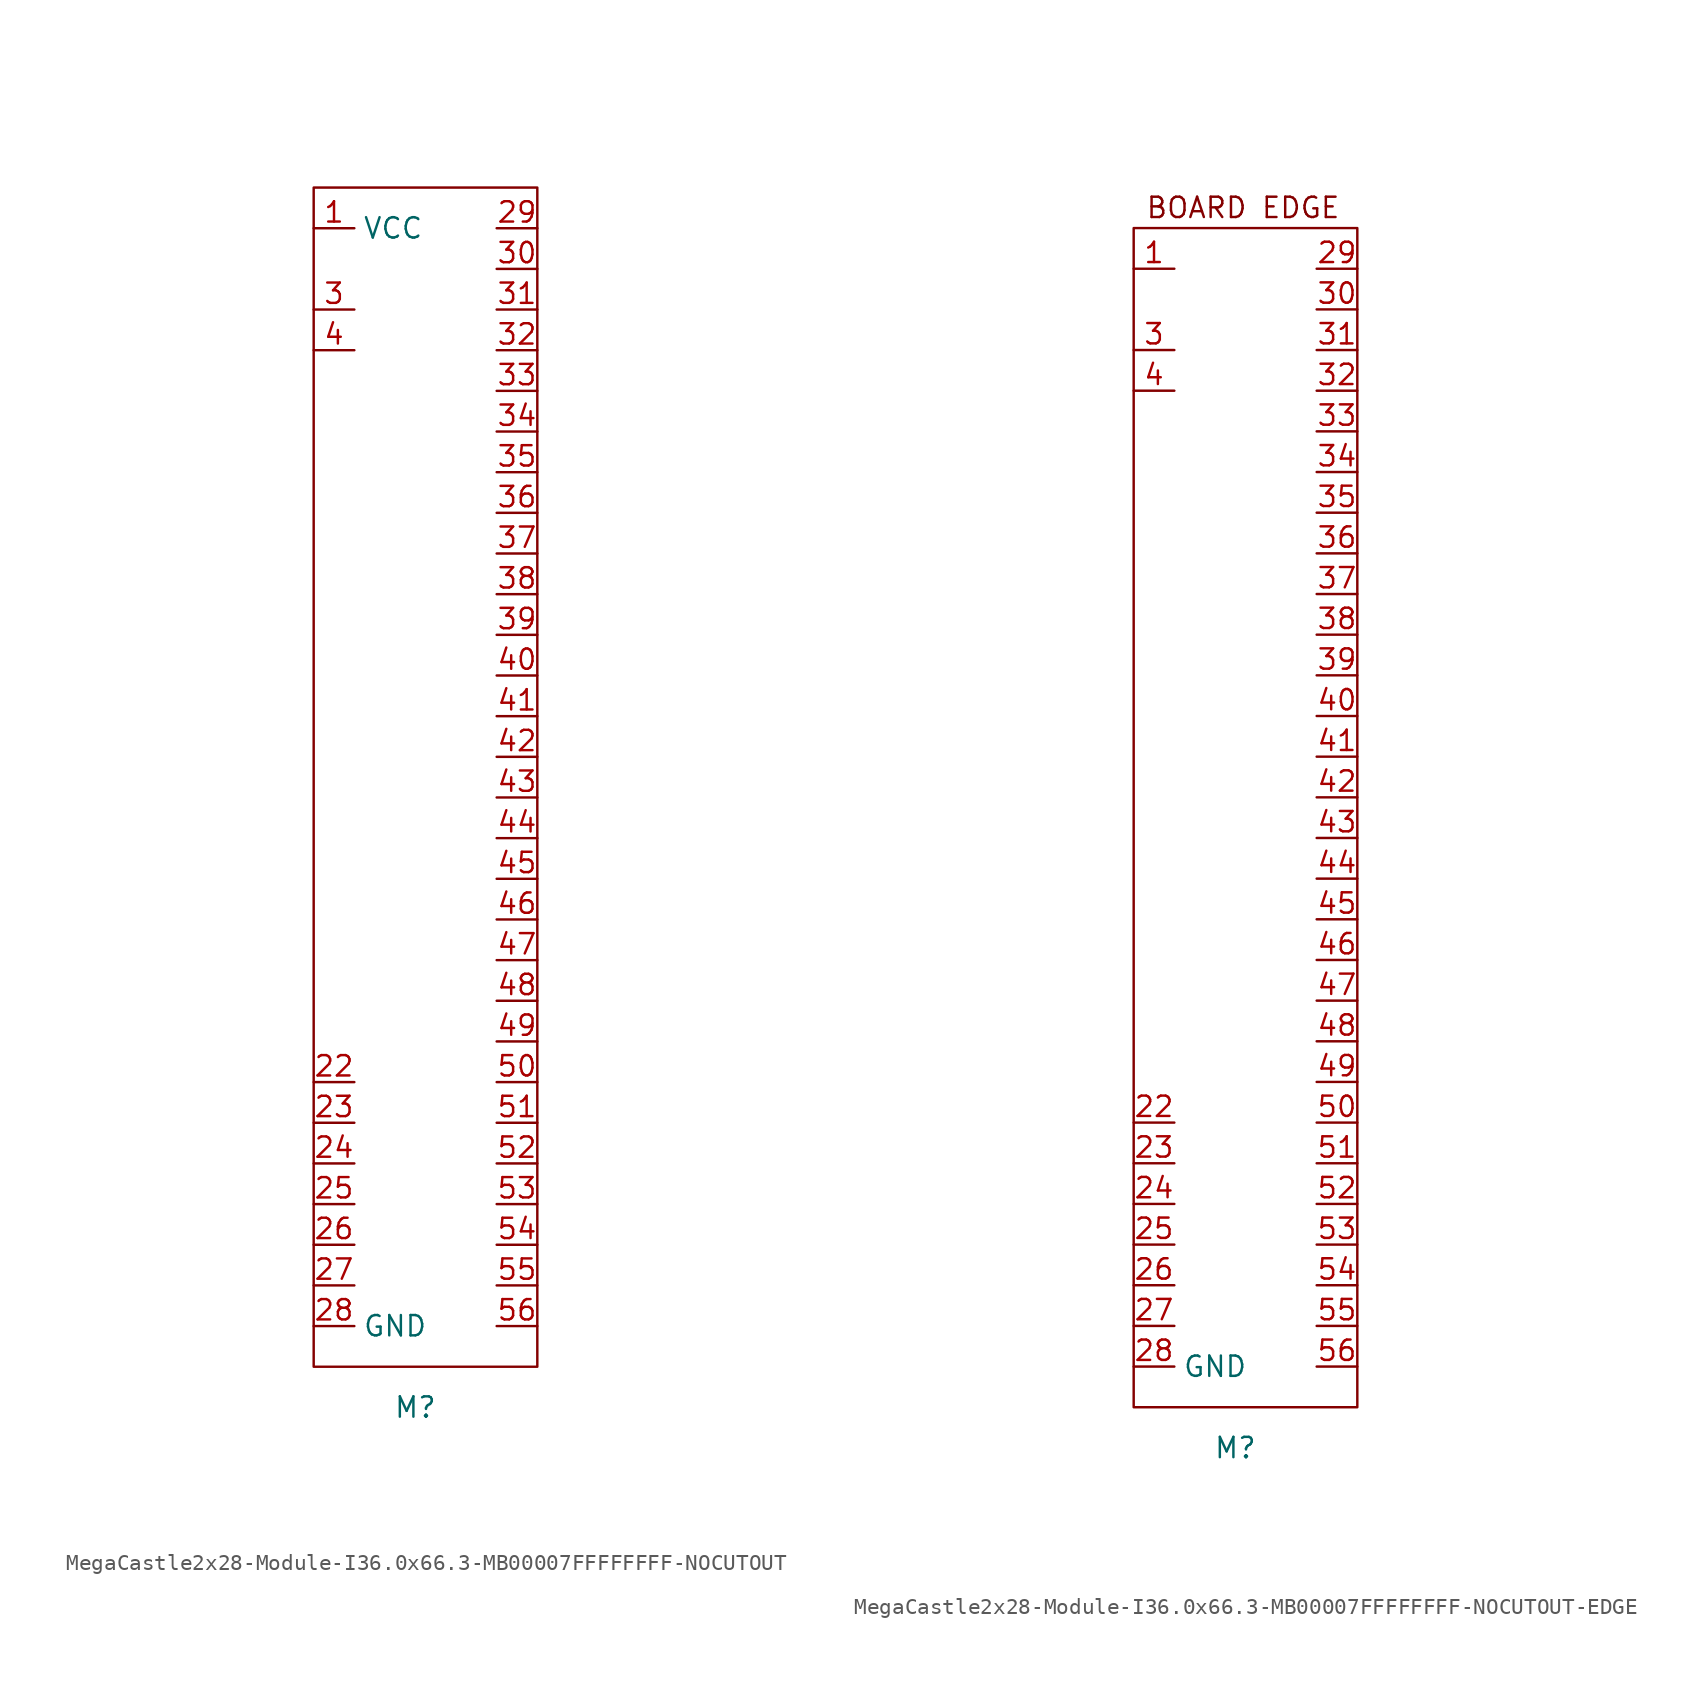
<source format=kicad_sym>
(kicad_symbol_lib
  (version 20231120)
  (generator "kicad_symbol_editor")
  (generator_version "8.0")
  (symbol "MegaCastle2x28-Module-I36.0x66.3-MB00007FFFFFFFF-NOCUTOUT"
    (property "Reference" "M"
      (at 0 -39.37 0)
      (effects (font (size 1.27 1.27))))
    (property "Value" ""
      (at 0 5.08 0)
      (effects (font (size 1.27 1.27))))
    (symbol "MegaCastle2x28-Module-I36.0x66.3-MB00007FFFFFFFF-NOCUTOUT_0_1"
      (rectangle (start -6.35 36.83) (end 7.62 -36.83) (stroke (width 0) (type default)) (fill (type none))))
    (symbol "MegaCastle2x28-Module-I36.0x66.3-MB00007FFFFFFFF-NOCUTOUT_1_1"
      (pin bidirectional line (at -6.35 34.29 0) (length 2.54) (name "VCC" (effects (font (size 1.27 1.27)))) (number "1" (effects (font (size 1.27 1.27)))))
      (pin bidirectional line (at -6.35 -19.05 0) (length 2.54) (name "" (effects (font (size 1.27 1.27)))) (number "22" (effects (font (size 1.27 1.27)))))
      (pin bidirectional line (at -6.35 -21.59 0) (length 2.54) (name "" (effects (font (size 1.27 1.27)))) (number "23" (effects (font (size 1.27 1.27)))))
      (pin bidirectional line (at -6.35 -24.13 0) (length 2.54) (name "" (effects (font (size 1.27 1.27)))) (number "24" (effects (font (size 1.27 1.27)))))
      (pin bidirectional line (at -6.35 -26.67 0) (length 2.54) (name "" (effects (font (size 1.27 1.27)))) (number "25" (effects (font (size 1.27 1.27)))))
      (pin bidirectional line (at -6.35 -29.21 0) (length 2.54) (name "" (effects (font (size 1.27 1.27)))) (number "26" (effects (font (size 1.27 1.27)))))
      (pin bidirectional line (at -6.35 -31.75 0) (length 2.54) (name "" (effects (font (size 1.27 1.27)))) (number "27" (effects (font (size 1.27 1.27)))))
      (pin bidirectional line (at -6.35 -34.29 0) (length 2.54) (name "GND" (effects (font (size 1.27 1.27)))) (number "28" (effects (font (size 1.27 1.27)))))
      (pin bidirectional line (at 7.62 34.29 180) (length 2.54) (name "" (effects (font (size 1.27 1.27)))) (number "29" (effects (font (size 1.27 1.27)))))
      (pin bidirectional line (at -6.35 29.21 0) (length 2.54) (name "" (effects (font (size 1.27 1.27)))) (number "3" (effects (font (size 1.27 1.27)))))
      (pin bidirectional line (at 7.62 31.75 180) (length 2.54) (name "" (effects (font (size 1.27 1.27)))) (number "30" (effects (font (size 1.27 1.27)))))
      (pin bidirectional line (at 7.62 29.21 180) (length 2.54) (name "" (effects (font (size 1.27 1.27)))) (number "31" (effects (font (size 1.27 1.27)))))
      (pin bidirectional line (at 7.62 26.67 180) (length 2.54) (name "" (effects (font (size 1.27 1.27)))) (number "32" (effects (font (size 1.27 1.27)))))
      (pin bidirectional line (at 7.62 24.13 180) (length 2.54) (name "" (effects (font (size 1.27 1.27)))) (number "33" (effects (font (size 1.27 1.27)))))
      (pin bidirectional line (at 7.62 21.59 180) (length 2.54) (name "" (effects (font (size 1.27 1.27)))) (number "34" (effects (font (size 1.27 1.27)))))
      (pin bidirectional line (at 7.62 19.05 180) (length 2.54) (name "" (effects (font (size 1.27 1.27)))) (number "35" (effects (font (size 1.27 1.27)))))
      (pin bidirectional line (at 7.62 16.51 180) (length 2.54) (name "" (effects (font (size 1.27 1.27)))) (number "36" (effects (font (size 1.27 1.27)))))
      (pin bidirectional line (at 7.62 13.97 180) (length 2.54) (name "" (effects (font (size 1.27 1.27)))) (number "37" (effects (font (size 1.27 1.27)))))
      (pin bidirectional line (at 7.62 11.43 180) (length 2.54) (name "" (effects (font (size 1.27 1.27)))) (number "38" (effects (font (size 1.27 1.27)))))
      (pin bidirectional line (at 7.62 8.89 180) (length 2.54) (name "" (effects (font (size 1.27 1.27)))) (number "39" (effects (font (size 1.27 1.27)))))
      (pin bidirectional line (at -6.35 26.67 0) (length 2.54) (name "" (effects (font (size 1.27 1.27)))) (number "4" (effects (font (size 1.27 1.27)))))
      (pin bidirectional line (at 7.62 6.35 180) (length 2.54) (name "" (effects (font (size 1.27 1.27)))) (number "40" (effects (font (size 1.27 1.27)))))
      (pin bidirectional line (at 7.62 3.81 180) (length 2.54) (name "" (effects (font (size 1.27 1.27)))) (number "41" (effects (font (size 1.27 1.27)))))
      (pin bidirectional line (at 7.62 1.27 180) (length 2.54) (name "" (effects (font (size 1.27 1.27)))) (number "42" (effects (font (size 1.27 1.27)))))
      (pin bidirectional line (at 7.62 -1.27 180) (length 2.54) (name "" (effects (font (size 1.27 1.27)))) (number "43" (effects (font (size 1.27 1.27)))))
      (pin bidirectional line (at 7.62 -3.81 180) (length 2.54) (name "" (effects (font (size 1.27 1.27)))) (number "44" (effects (font (size 1.27 1.27)))))
      (pin bidirectional line (at 7.62 -6.35 180) (length 2.54) (name "" (effects (font (size 1.27 1.27)))) (number "45" (effects (font (size 1.27 1.27)))))
      (pin bidirectional line (at 7.62 -8.89 180) (length 2.54) (name "" (effects (font (size 1.27 1.27)))) (number "46" (effects (font (size 1.27 1.27)))))
      (pin bidirectional line (at 7.62 -11.43 180) (length 2.54) (name "" (effects (font (size 1.27 1.27)))) (number "47" (effects (font (size 1.27 1.27)))))
      (pin bidirectional line (at 7.62 -13.97 180) (length 2.54) (name "" (effects (font (size 1.27 1.27)))) (number "48" (effects (font (size 1.27 1.27)))))
      (pin bidirectional line (at 7.62 -16.51 180) (length 2.54) (name "" (effects (font (size 1.27 1.27)))) (number "49" (effects (font (size 1.27 1.27)))))
      (pin bidirectional line (at 7.62 -19.05 180) (length 2.54) (name "" (effects (font (size 1.27 1.27)))) (number "50" (effects (font (size 1.27 1.27)))))
      (pin bidirectional line (at 7.62 -21.59 180) (length 2.54) (name "" (effects (font (size 1.27 1.27)))) (number "51" (effects (font (size 1.27 1.27)))))
      (pin bidirectional line (at 7.62 -24.13 180) (length 2.54) (name "" (effects (font (size 1.27 1.27)))) (number "52" (effects (font (size 1.27 1.27)))))
      (pin bidirectional line (at 7.62 -26.67 180) (length 2.54) (name "" (effects (font (size 1.27 1.27)))) (number "53" (effects (font (size 1.27 1.27)))))
      (pin bidirectional line (at 7.62 -29.21 180) (length 2.54) (name "" (effects (font (size 1.27 1.27)))) (number "54" (effects (font (size 1.27 1.27)))))
      (pin bidirectional line (at 7.62 -31.75 180) (length 2.54) (name "" (effects (font (size 1.27 1.27)))) (number "55" (effects (font (size 1.27 1.27)))))
      (pin bidirectional line (at 7.62 -34.29 180) (length 2.54) (name "" (effects (font (size 1.27 1.27)))) (number "56" (effects (font (size 1.27 1.27)))))))
  (symbol "MegaCastle2x28-Module-I36.0x66.3-MB00007FFFFFFFF-NOCUTOUT-EDGE"
    (property "Reference" "M"
      (at 0 -39.37 0)
      (effects (font (size 1.27 1.27))))
    (property "Value" ""
      (at 0 5.08 0)
      (effects (font (size 1.27 1.27))))
    (symbol "MegaCastle2x28-Module-I36.0x66.3-MB00007FFFFFFFF-NOCUTOUT-EDGE_0_1"
      (rectangle (start -6.35 36.83) (end 7.62 -36.83) (stroke (width 0) (type default)) (fill (type none))))
    (symbol "MegaCastle2x28-Module-I36.0x66.3-MB00007FFFFFFFF-NOCUTOUT-EDGE_1_1"
      (text " BOARD EDGE" (at 0 38.1 0) (effects (font (size 1.27 1.27))))
      (pin bidirectional line (at -6.35 34.29 0) (length 2.54) (name "" (effects (font (size 1.27 1.27)))) (number "1" (effects (font (size 1.27 1.27)))))
      (pin bidirectional line (at -6.35 -19.05 0) (length 2.54) (name "" (effects (font (size 1.27 1.27)))) (number "22" (effects (font (size 1.27 1.27)))))
      (pin bidirectional line (at -6.35 -21.59 0) (length 2.54) (name "" (effects (font (size 1.27 1.27)))) (number "23" (effects (font (size 1.27 1.27)))))
      (pin bidirectional line (at -6.35 -24.13 0) (length 2.54) (name "" (effects (font (size 1.27 1.27)))) (number "24" (effects (font (size 1.27 1.27)))))
      (pin bidirectional line (at -6.35 -26.67 0) (length 2.54) (name "" (effects (font (size 1.27 1.27)))) (number "25" (effects (font (size 1.27 1.27)))))
      (pin bidirectional line (at -6.35 -29.21 0) (length 2.54) (name "" (effects (font (size 1.27 1.27)))) (number "26" (effects (font (size 1.27 1.27)))))
      (pin bidirectional line (at -6.35 -31.75 0) (length 2.54) (name "" (effects (font (size 1.27 1.27)))) (number "27" (effects (font (size 1.27 1.27)))))
      (pin bidirectional line (at -6.35 -34.29 0) (length 2.54) (name "GND" (effects (font (size 1.27 1.27)))) (number "28" (effects (font (size 1.27 1.27)))))
      (pin bidirectional line (at 7.62 34.29 180) (length 2.54) (name "" (effects (font (size 1.27 1.27)))) (number "29" (effects (font (size 1.27 1.27)))))
      (pin bidirectional line (at -6.35 29.21 0) (length 2.54) (name "" (effects (font (size 1.27 1.27)))) (number "3" (effects (font (size 1.27 1.27)))))
      (pin bidirectional line (at 7.62 31.75 180) (length 2.54) (name "" (effects (font (size 1.27 1.27)))) (number "30" (effects (font (size 1.27 1.27)))))
      (pin bidirectional line (at 7.62 29.21 180) (length 2.54) (name "" (effects (font (size 1.27 1.27)))) (number "31" (effects (font (size 1.27 1.27)))))
      (pin bidirectional line (at 7.62 26.67 180) (length 2.54) (name "" (effects (font (size 1.27 1.27)))) (number "32" (effects (font (size 1.27 1.27)))))
      (pin bidirectional line (at 7.62 24.13 180) (length 2.54) (name "" (effects (font (size 1.27 1.27)))) (number "33" (effects (font (size 1.27 1.27)))))
      (pin bidirectional line (at 7.62 21.59 180) (length 2.54) (name "" (effects (font (size 1.27 1.27)))) (number "34" (effects (font (size 1.27 1.27)))))
      (pin bidirectional line (at 7.62 19.05 180) (length 2.54) (name "" (effects (font (size 1.27 1.27)))) (number "35" (effects (font (size 1.27 1.27)))))
      (pin bidirectional line (at 7.62 16.51 180) (length 2.54) (name "" (effects (font (size 1.27 1.27)))) (number "36" (effects (font (size 1.27 1.27)))))
      (pin bidirectional line (at 7.62 13.97 180) (length 2.54) (name "" (effects (font (size 1.27 1.27)))) (number "37" (effects (font (size 1.27 1.27)))))
      (pin bidirectional line (at 7.62 11.43 180) (length 2.54) (name "" (effects (font (size 1.27 1.27)))) (number "38" (effects (font (size 1.27 1.27)))))
      (pin bidirectional line (at 7.62 8.89 180) (length 2.54) (name "" (effects (font (size 1.27 1.27)))) (number "39" (effects (font (size 1.27 1.27)))))
      (pin bidirectional line (at -6.35 26.67 0) (length 2.54) (name "" (effects (font (size 1.27 1.27)))) (number "4" (effects (font (size 1.27 1.27)))))
      (pin bidirectional line (at 7.62 6.35 180) (length 2.54) (name "" (effects (font (size 1.27 1.27)))) (number "40" (effects (font (size 1.27 1.27)))))
      (pin bidirectional line (at 7.62 3.81 180) (length 2.54) (name "" (effects (font (size 1.27 1.27)))) (number "41" (effects (font (size 1.27 1.27)))))
      (pin bidirectional line (at 7.62 1.27 180) (length 2.54) (name "" (effects (font (size 1.27 1.27)))) (number "42" (effects (font (size 1.27 1.27)))))
      (pin bidirectional line (at 7.62 -1.27 180) (length 2.54) (name "" (effects (font (size 1.27 1.27)))) (number "43" (effects (font (size 1.27 1.27)))))
      (pin bidirectional line (at 7.62 -3.81 180) (length 2.54) (name "" (effects (font (size 1.27 1.27)))) (number "44" (effects (font (size 1.27 1.27)))))
      (pin bidirectional line (at 7.62 -6.35 180) (length 2.54) (name "" (effects (font (size 1.27 1.27)))) (number "45" (effects (font (size 1.27 1.27)))))
      (pin bidirectional line (at 7.62 -8.89 180) (length 2.54) (name "" (effects (font (size 1.27 1.27)))) (number "46" (effects (font (size 1.27 1.27)))))
      (pin bidirectional line (at 7.62 -11.43 180) (length 2.54) (name "" (effects (font (size 1.27 1.27)))) (number "47" (effects (font (size 1.27 1.27)))))
      (pin bidirectional line (at 7.62 -13.97 180) (length 2.54) (name "" (effects (font (size 1.27 1.27)))) (number "48" (effects (font (size 1.27 1.27)))))
      (pin bidirectional line (at 7.62 -16.51 180) (length 2.54) (name "" (effects (font (size 1.27 1.27)))) (number "49" (effects (font (size 1.27 1.27)))))
      (pin bidirectional line (at 7.62 -19.05 180) (length 2.54) (name "" (effects (font (size 1.27 1.27)))) (number "50" (effects (font (size 1.27 1.27)))))
      (pin bidirectional line (at 7.62 -21.59 180) (length 2.54) (name "" (effects (font (size 1.27 1.27)))) (number "51" (effects (font (size 1.27 1.27)))))
      (pin bidirectional line (at 7.62 -24.13 180) (length 2.54) (name "" (effects (font (size 1.27 1.27)))) (number "52" (effects (font (size 1.27 1.27)))))
      (pin bidirectional line (at 7.62 -26.67 180) (length 2.54) (name "" (effects (font (size 1.27 1.27)))) (number "53" (effects (font (size 1.27 1.27)))))
      (pin bidirectional line (at 7.62 -29.21 180) (length 2.54) (name "" (effects (font (size 1.27 1.27)))) (number "54" (effects (font (size 1.27 1.27)))))
      (pin bidirectional line (at 7.62 -31.75 180) (length 2.54) (name "" (effects (font (size 1.27 1.27)))) (number "55" (effects (font (size 1.27 1.27)))))
      (pin bidirectional line (at 7.62 -34.29 180) (length 2.54) (name "" (effects (font (size 1.27 1.27)))) (number "56" (effects (font (size 1.27 1.27))))))))
</source>
